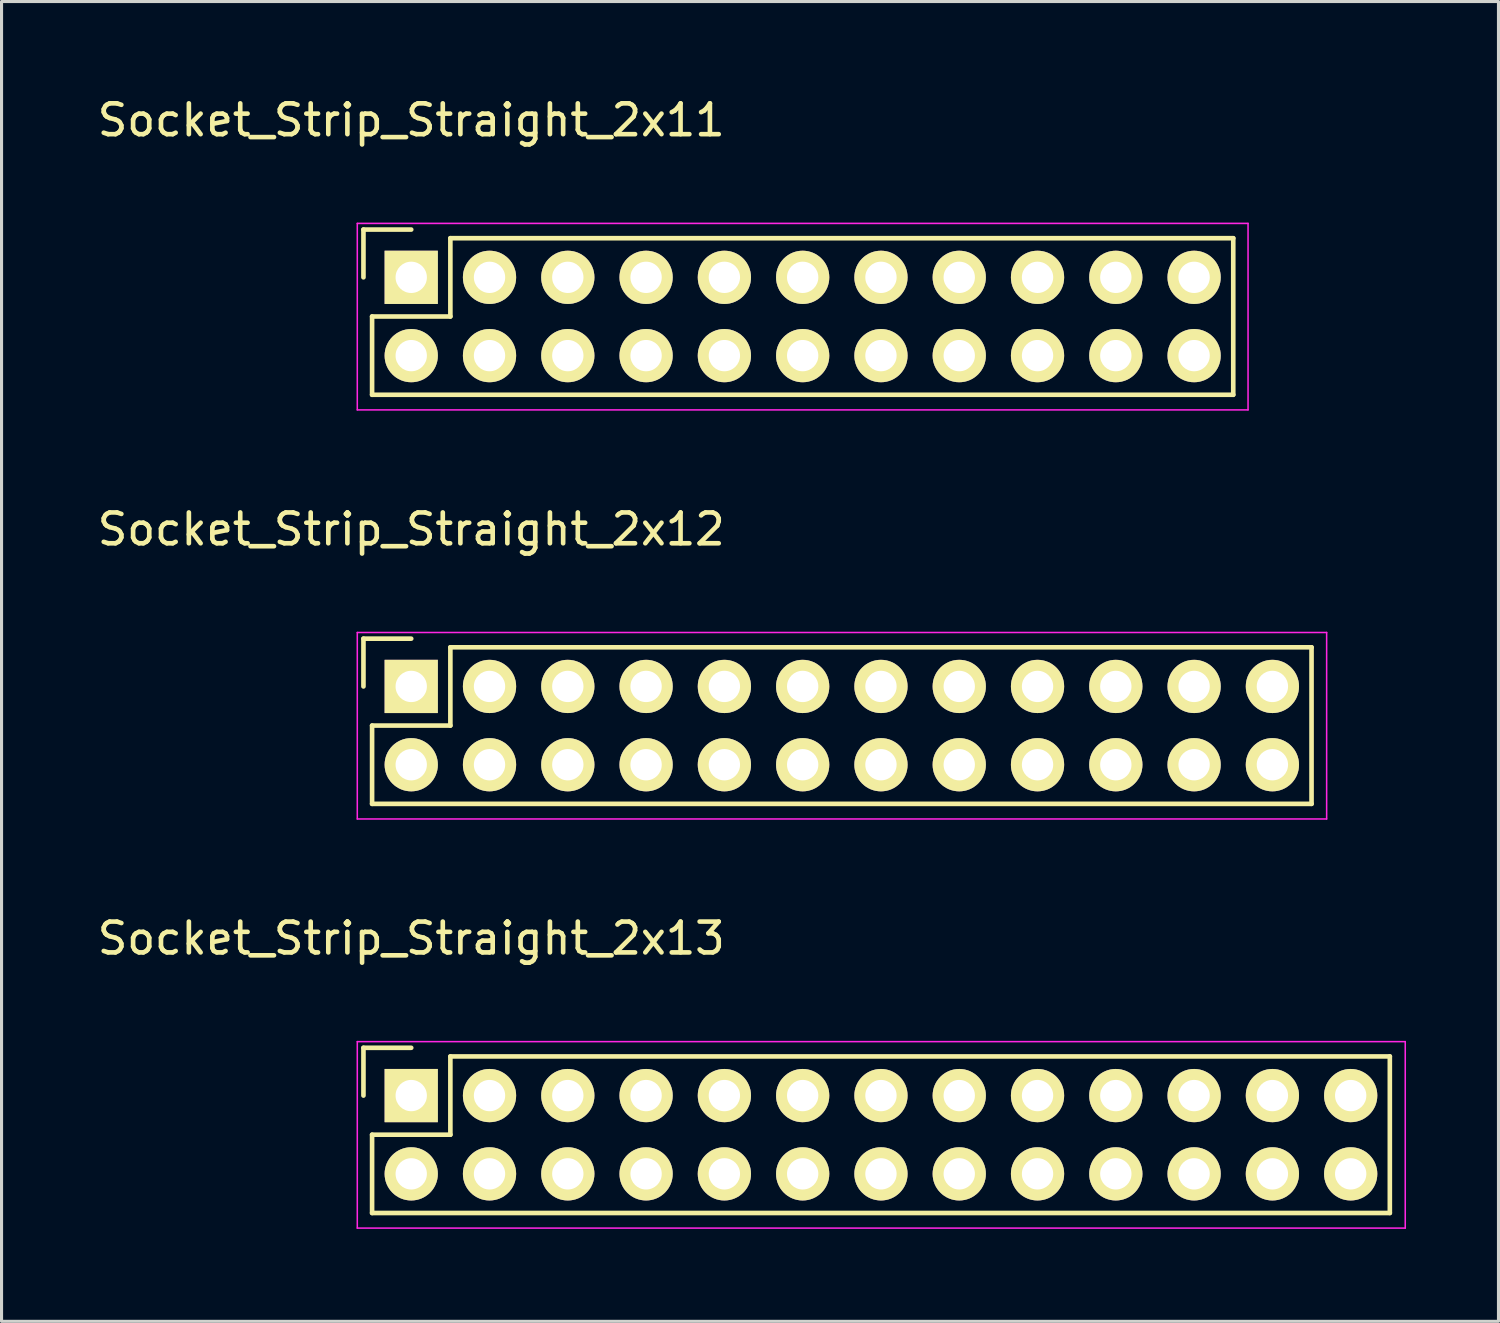
<source format=kicad_pcb>
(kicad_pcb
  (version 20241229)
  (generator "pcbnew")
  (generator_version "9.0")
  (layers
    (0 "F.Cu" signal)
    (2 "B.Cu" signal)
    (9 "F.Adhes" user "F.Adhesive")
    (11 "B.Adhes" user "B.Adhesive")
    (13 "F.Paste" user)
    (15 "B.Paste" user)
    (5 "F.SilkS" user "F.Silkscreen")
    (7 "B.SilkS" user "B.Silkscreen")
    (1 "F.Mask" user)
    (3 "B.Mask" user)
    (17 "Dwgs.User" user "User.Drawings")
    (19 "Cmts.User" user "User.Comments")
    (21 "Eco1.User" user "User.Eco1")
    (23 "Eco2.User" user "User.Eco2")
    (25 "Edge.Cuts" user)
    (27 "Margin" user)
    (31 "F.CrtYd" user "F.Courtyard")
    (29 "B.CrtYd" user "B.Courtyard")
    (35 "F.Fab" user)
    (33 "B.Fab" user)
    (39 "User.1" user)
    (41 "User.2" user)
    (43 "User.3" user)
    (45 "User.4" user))
  (footprint "Socket_Strip_Straight_2x13"
    (layer "F.Cu")
    (at 10.292 32.495)
    (property "Reference" "Socket_Strip_Straight_2x13" (at 0 -5.1 0) (layer "F.SilkS") (effects (font (size 1 1) (thickness 0.15))))
    (attr through_hole)
    (fp_line (start -1.55 -1.55) (end -1.55 0) (stroke (width 0.15) (type solid)) (layer "F.SilkS"))
    (fp_line (start -1.27 1.27) (end 1.27 1.27) (stroke (width 0.15) (type solid)) (layer "F.SilkS"))
    (fp_line (start -1.27 3.81) (end -1.27 1.27) (stroke (width 0.15) (type solid)) (layer "F.SilkS"))
    (fp_line (start -1.27 3.81) (end 31.75 3.81) (stroke (width 0.15) (type solid)) (layer "F.SilkS"))
    (fp_line (start 0 -1.55) (end -1.55 -1.55) (stroke (width 0.15) (type solid)) (layer "F.SilkS"))
    (fp_line (start 1.27 -1.27) (end 31.75 -1.27) (stroke (width 0.15) (type solid)) (layer "F.SilkS"))
    (fp_line (start 1.27 1.27) (end 1.27 -1.27) (stroke (width 0.15) (type solid)) (layer "F.SilkS"))
    (fp_line (start 31.75 3.81) (end 31.75 -1.27) (stroke (width 0.15) (type solid)) (layer "F.SilkS"))
    (fp_line (start -1.75 -1.75) (end -1.75 4.3) (stroke (width 0.05) (type solid)) (layer "F.CrtYd"))
    (fp_line (start -1.75 -1.75) (end 32.25 -1.75) (stroke (width 0.05) (type solid)) (layer "F.CrtYd"))
    (fp_line (start -1.75 4.3) (end 32.25 4.3) (stroke (width 0.05) (type solid)) (layer "F.CrtYd"))
    (fp_line (start 32.25 -1.75) (end 32.25 4.3) (stroke (width 0.05) (type solid)) (layer "F.CrtYd"))
    (pad "1" thru_hole rect (at 0 0) (size 1.727 1.727) (drill 1.016) (layers "*.Cu" "*.Mask" "F.SilkS"))
    (pad "2" thru_hole oval (at 0 2.54) (size 1.727 1.727) (drill 1.016) (layers "*.Cu" "*.Mask" "F.SilkS"))
    (pad "3" thru_hole oval (at 2.54 0) (size 1.727 1.727) (drill 1.016) (layers "*.Cu" "*.Mask" "F.SilkS"))
    (pad "4" thru_hole oval (at 2.54 2.54) (size 1.727 1.727) (drill 1.016) (layers "*.Cu" "*.Mask" "F.SilkS"))
    (pad "5" thru_hole oval (at 5.08 0) (size 1.727 1.727) (drill 1.016) (layers "*.Cu" "*.Mask" "F.SilkS"))
    (pad "6" thru_hole oval (at 5.08 2.54) (size 1.727 1.727) (drill 1.016) (layers "*.Cu" "*.Mask" "F.SilkS"))
    (pad "7" thru_hole oval (at 7.62 0) (size 1.727 1.727) (drill 1.016) (layers "*.Cu" "*.Mask" "F.SilkS"))
    (pad "8" thru_hole oval (at 7.62 2.54) (size 1.727 1.727) (drill 1.016) (layers "*.Cu" "*.Mask" "F.SilkS"))
    (pad "9" thru_hole oval (at 10.16 0) (size 1.727 1.727) (drill 1.016) (layers "*.Cu" "*.Mask" "F.SilkS"))
    (pad "10" thru_hole oval (at 10.16 2.54) (size 1.727 1.727) (drill 1.016) (layers "*.Cu" "*.Mask" "F.SilkS"))
    (pad "11" thru_hole oval (at 12.7 0) (size 1.727 1.727) (drill 1.016) (layers "*.Cu" "*.Mask" "F.SilkS"))
    (pad "12" thru_hole oval (at 12.7 2.54) (size 1.727 1.727) (drill 1.016) (layers "*.Cu" "*.Mask" "F.SilkS"))
    (pad "13" thru_hole oval (at 15.24 0) (size 1.727 1.727) (drill 1.016) (layers "*.Cu" "*.Mask" "F.SilkS"))
    (pad "14" thru_hole oval (at 15.24 2.54) (size 1.727 1.727) (drill 1.016) (layers "*.Cu" "*.Mask" "F.SilkS"))
    (pad "15" thru_hole oval (at 17.78 0) (size 1.727 1.727) (drill 1.016) (layers "*.Cu" "*.Mask" "F.SilkS"))
    (pad "16" thru_hole oval (at 17.78 2.54) (size 1.727 1.727) (drill 1.016) (layers "*.Cu" "*.Mask" "F.SilkS"))
    (pad "17" thru_hole oval (at 20.32 0) (size 1.727 1.727) (drill 1.016) (layers "*.Cu" "*.Mask" "F.SilkS"))
    (pad "18" thru_hole oval (at 20.32 2.54) (size 1.727 1.727) (drill 1.016) (layers "*.Cu" "*.Mask" "F.SilkS"))
    (pad "19" thru_hole oval (at 22.86 0) (size 1.727 1.727) (drill 1.016) (layers "*.Cu" "*.Mask" "F.SilkS"))
    (pad "20" thru_hole oval (at 22.86 2.54) (size 1.727 1.727) (drill 1.016) (layers "*.Cu" "*.Mask" "F.SilkS"))
    (pad "21" thru_hole oval (at 25.4 0) (size 1.727 1.727) (drill 1.016) (layers "*.Cu" "*.Mask" "F.SilkS"))
    (pad "22" thru_hole oval (at 25.4 2.54) (size 1.727 1.727) (drill 1.016) (layers "*.Cu" "*.Mask" "F.SilkS"))
    (pad "23" thru_hole oval (at 27.94 0) (size 1.727 1.727) (drill 1.016) (layers "*.Cu" "*.Mask" "F.SilkS"))
    (pad "24" thru_hole oval (at 27.94 2.54) (size 1.727 1.727) (drill 1.016) (layers "*.Cu" "*.Mask" "F.SilkS"))
    (pad "25" thru_hole oval (at 30.48 0) (size 1.727 1.727) (drill 1.016) (layers "*.Cu" "*.Mask" "F.SilkS"))
    (pad "26" thru_hole oval (at 30.48 2.54) (size 1.727 1.727) (drill 1.016) (layers "*.Cu" "*.Mask" "F.SilkS")))
  (footprint "Socket_Strip_Straight_2x12"
    (layer "F.Cu")
    (at 10.292 19.221)
    (property "Reference" "Socket_Strip_Straight_2x12" (at 0 -5.1 0) (layer "F.SilkS") (effects (font (size 1 1) (thickness 0.15))))
    (attr through_hole)
    (fp_line (start -1.55 -1.55) (end -1.55 0) (stroke (width 0.15) (type solid)) (layer "F.SilkS"))
    (fp_line (start -1.27 1.27) (end 1.27 1.27) (stroke (width 0.15) (type solid)) (layer "F.SilkS"))
    (fp_line (start -1.27 3.81) (end -1.27 1.27) (stroke (width 0.15) (type solid)) (layer "F.SilkS"))
    (fp_line (start 0 -1.55) (end -1.55 -1.55) (stroke (width 0.15) (type solid)) (layer "F.SilkS"))
    (fp_line (start 1.27 -1.27) (end 29.21 -1.27) (stroke (width 0.15) (type solid)) (layer "F.SilkS"))
    (fp_line (start 1.27 1.27) (end 1.27 -1.27) (stroke (width 0.15) (type solid)) (layer "F.SilkS"))
    (fp_line (start 29.21 3.81) (end -1.27 3.81) (stroke (width 0.15) (type solid)) (layer "F.SilkS"))
    (fp_line (start 29.21 3.81) (end 29.21 -1.27) (stroke (width 0.15) (type solid)) (layer "F.SilkS"))
    (fp_line (start -1.75 -1.75) (end -1.75 4.3) (stroke (width 0.05) (type solid)) (layer "F.CrtYd"))
    (fp_line (start -1.75 -1.75) (end 29.7 -1.75) (stroke (width 0.05) (type solid)) (layer "F.CrtYd"))
    (fp_line (start -1.75 4.3) (end 29.7 4.3) (stroke (width 0.05) (type solid)) (layer "F.CrtYd"))
    (fp_line (start 29.7 -1.75) (end 29.7 4.3) (stroke (width 0.05) (type solid)) (layer "F.CrtYd"))
    (pad "1" thru_hole rect (at 0 0) (size 1.727 1.727) (drill 1.016) (layers "*.Cu" "*.Mask" "F.SilkS"))
    (pad "2" thru_hole oval (at 0 2.54) (size 1.727 1.727) (drill 1.016) (layers "*.Cu" "*.Mask" "F.SilkS"))
    (pad "3" thru_hole oval (at 2.54 0) (size 1.727 1.727) (drill 1.016) (layers "*.Cu" "*.Mask" "F.SilkS"))
    (pad "4" thru_hole oval (at 2.54 2.54) (size 1.727 1.727) (drill 1.016) (layers "*.Cu" "*.Mask" "F.SilkS"))
    (pad "5" thru_hole oval (at 5.08 0) (size 1.727 1.727) (drill 1.016) (layers "*.Cu" "*.Mask" "F.SilkS"))
    (pad "6" thru_hole oval (at 5.08 2.54) (size 1.727 1.727) (drill 1.016) (layers "*.Cu" "*.Mask" "F.SilkS"))
    (pad "7" thru_hole oval (at 7.62 0) (size 1.727 1.727) (drill 1.016) (layers "*.Cu" "*.Mask" "F.SilkS"))
    (pad "8" thru_hole oval (at 7.62 2.54) (size 1.727 1.727) (drill 1.016) (layers "*.Cu" "*.Mask" "F.SilkS"))
    (pad "9" thru_hole oval (at 10.16 0) (size 1.727 1.727) (drill 1.016) (layers "*.Cu" "*.Mask" "F.SilkS"))
    (pad "10" thru_hole oval (at 10.16 2.54) (size 1.727 1.727) (drill 1.016) (layers "*.Cu" "*.Mask" "F.SilkS"))
    (pad "11" thru_hole oval (at 12.7 0) (size 1.727 1.727) (drill 1.016) (layers "*.Cu" "*.Mask" "F.SilkS"))
    (pad "12" thru_hole oval (at 12.7 2.54) (size 1.727 1.727) (drill 1.016) (layers "*.Cu" "*.Mask" "F.SilkS"))
    (pad "13" thru_hole oval (at 15.24 0) (size 1.727 1.727) (drill 1.016) (layers "*.Cu" "*.Mask" "F.SilkS"))
    (pad "14" thru_hole oval (at 15.24 2.54) (size 1.727 1.727) (drill 1.016) (layers "*.Cu" "*.Mask" "F.SilkS"))
    (pad "15" thru_hole oval (at 17.78 0) (size 1.727 1.727) (drill 1.016) (layers "*.Cu" "*.Mask" "F.SilkS"))
    (pad "16" thru_hole oval (at 17.78 2.54) (size 1.727 1.727) (drill 1.016) (layers "*.Cu" "*.Mask" "F.SilkS"))
    (pad "17" thru_hole oval (at 20.32 0) (size 1.727 1.727) (drill 1.016) (layers "*.Cu" "*.Mask" "F.SilkS"))
    (pad "18" thru_hole oval (at 20.32 2.54) (size 1.727 1.727) (drill 1.016) (layers "*.Cu" "*.Mask" "F.SilkS"))
    (pad "19" thru_hole oval (at 22.86 0) (size 1.727 1.727) (drill 1.016) (layers "*.Cu" "*.Mask" "F.SilkS"))
    (pad "20" thru_hole oval (at 22.86 2.54) (size 1.727 1.727) (drill 1.016) (layers "*.Cu" "*.Mask" "F.SilkS"))
    (pad "21" thru_hole oval (at 25.4 0) (size 1.727 1.727) (drill 1.016) (layers "*.Cu" "*.Mask" "F.SilkS"))
    (pad "22" thru_hole oval (at 25.4 2.54) (size 1.727 1.727) (drill 1.016) (layers "*.Cu" "*.Mask" "F.SilkS"))
    (pad "23" thru_hole oval (at 27.94 0) (size 1.727 1.727) (drill 1.016) (layers "*.Cu" "*.Mask" "F.SilkS"))
    (pad "24" thru_hole oval (at 27.94 2.54) (size 1.727 1.727) (drill 1.016) (layers "*.Cu" "*.Mask" "F.SilkS")))
  (footprint "Socket_Strip_Straight_2x11"
    (layer "F.Cu")
    (at 10.292 5.948)
    (property "Reference" "Socket_Strip_Straight_2x11" (at 0 -5.1 0) (layer "F.SilkS") (effects (font (size 1 1) (thickness 0.15))))
    (attr through_hole)
    (fp_line (start -1.55 -1.55) (end -1.55 0) (stroke (width 0.15) (type solid)) (layer "F.SilkS"))
    (fp_line (start -1.27 1.27) (end 1.27 1.27) (stroke (width 0.15) (type solid)) (layer "F.SilkS"))
    (fp_line (start -1.27 3.81) (end -1.27 1.27) (stroke (width 0.15) (type solid)) (layer "F.SilkS"))
    (fp_line (start 0 -1.55) (end -1.55 -1.55) (stroke (width 0.15) (type solid)) (layer "F.SilkS"))
    (fp_line (start 1.27 -1.27) (end 26.67 -1.27) (stroke (width 0.15) (type solid)) (layer "F.SilkS"))
    (fp_line (start 1.27 1.27) (end 1.27 -1.27) (stroke (width 0.15) (type solid)) (layer "F.SilkS"))
    (fp_line (start 26.67 3.81) (end -1.27 3.81) (stroke (width 0.15) (type solid)) (layer "F.SilkS"))
    (fp_line (start 26.67 3.81) (end 26.67 -1.27) (stroke (width 0.15) (type solid)) (layer "F.SilkS"))
    (fp_line (start -1.75 -1.75) (end -1.75 4.3) (stroke (width 0.05) (type solid)) (layer "F.CrtYd"))
    (fp_line (start -1.75 -1.75) (end 27.15 -1.75) (stroke (width 0.05) (type solid)) (layer "F.CrtYd"))
    (fp_line (start -1.75 4.3) (end 27.15 4.3) (stroke (width 0.05) (type solid)) (layer "F.CrtYd"))
    (fp_line (start 27.15 -1.75) (end 27.15 4.3) (stroke (width 0.05) (type solid)) (layer "F.CrtYd"))
    (pad "1" thru_hole rect (at 0 0) (size 1.727 1.727) (drill 1.016) (layers "*.Cu" "*.Mask" "F.SilkS"))
    (pad "2" thru_hole oval (at 0 2.54) (size 1.727 1.727) (drill 1.016) (layers "*.Cu" "*.Mask" "F.SilkS"))
    (pad "3" thru_hole oval (at 2.54 0) (size 1.727 1.727) (drill 1.016) (layers "*.Cu" "*.Mask" "F.SilkS"))
    (pad "4" thru_hole oval (at 2.54 2.54) (size 1.727 1.727) (drill 1.016) (layers "*.Cu" "*.Mask" "F.SilkS"))
    (pad "5" thru_hole oval (at 5.08 0) (size 1.727 1.727) (drill 1.016) (layers "*.Cu" "*.Mask" "F.SilkS"))
    (pad "6" thru_hole oval (at 5.08 2.54) (size 1.727 1.727) (drill 1.016) (layers "*.Cu" "*.Mask" "F.SilkS"))
    (pad "7" thru_hole oval (at 7.62 0) (size 1.727 1.727) (drill 1.016) (layers "*.Cu" "*.Mask" "F.SilkS"))
    (pad "8" thru_hole oval (at 7.62 2.54) (size 1.727 1.727) (drill 1.016) (layers "*.Cu" "*.Mask" "F.SilkS"))
    (pad "9" thru_hole oval (at 10.16 0) (size 1.727 1.727) (drill 1.016) (layers "*.Cu" "*.Mask" "F.SilkS"))
    (pad "10" thru_hole oval (at 10.16 2.54) (size 1.727 1.727) (drill 1.016) (layers "*.Cu" "*.Mask" "F.SilkS"))
    (pad "11" thru_hole oval (at 12.7 0) (size 1.727 1.727) (drill 1.016) (layers "*.Cu" "*.Mask" "F.SilkS"))
    (pad "12" thru_hole oval (at 12.7 2.54) (size 1.727 1.727) (drill 1.016) (layers "*.Cu" "*.Mask" "F.SilkS"))
    (pad "13" thru_hole oval (at 15.24 0) (size 1.727 1.727) (drill 1.016) (layers "*.Cu" "*.Mask" "F.SilkS"))
    (pad "14" thru_hole oval (at 15.24 2.54) (size 1.727 1.727) (drill 1.016) (layers "*.Cu" "*.Mask" "F.SilkS"))
    (pad "15" thru_hole oval (at 17.78 0) (size 1.727 1.727) (drill 1.016) (layers "*.Cu" "*.Mask" "F.SilkS"))
    (pad "16" thru_hole oval (at 17.78 2.54) (size 1.727 1.727) (drill 1.016) (layers "*.Cu" "*.Mask" "F.SilkS"))
    (pad "17" thru_hole oval (at 20.32 0) (size 1.727 1.727) (drill 1.016) (layers "*.Cu" "*.Mask" "F.SilkS"))
    (pad "18" thru_hole oval (at 20.32 2.54) (size 1.727 1.727) (drill 1.016) (layers "*.Cu" "*.Mask" "F.SilkS"))
    (pad "19" thru_hole oval (at 22.86 0) (size 1.727 1.727) (drill 1.016) (layers "*.Cu" "*.Mask" "F.SilkS"))
    (pad "20" thru_hole oval (at 22.86 2.54) (size 1.727 1.727) (drill 1.016) (layers "*.Cu" "*.Mask" "F.SilkS"))
    (pad "21" thru_hole oval (at 25.4 0) (size 1.727 1.727) (drill 1.016) (layers "*.Cu" "*.Mask" "F.SilkS"))
    (pad "22" thru_hole oval (at 25.4 2.54) (size 1.727 1.727) (drill 1.016) (layers "*.Cu" "*.Mask" "F.SilkS")))
  (gr_rect
    (start -3 -3)
    (end 45.567 39.82)
    (stroke (width 0.1) (type default))
    (fill no)
    (layer "Edge.Cuts")))
</source>
